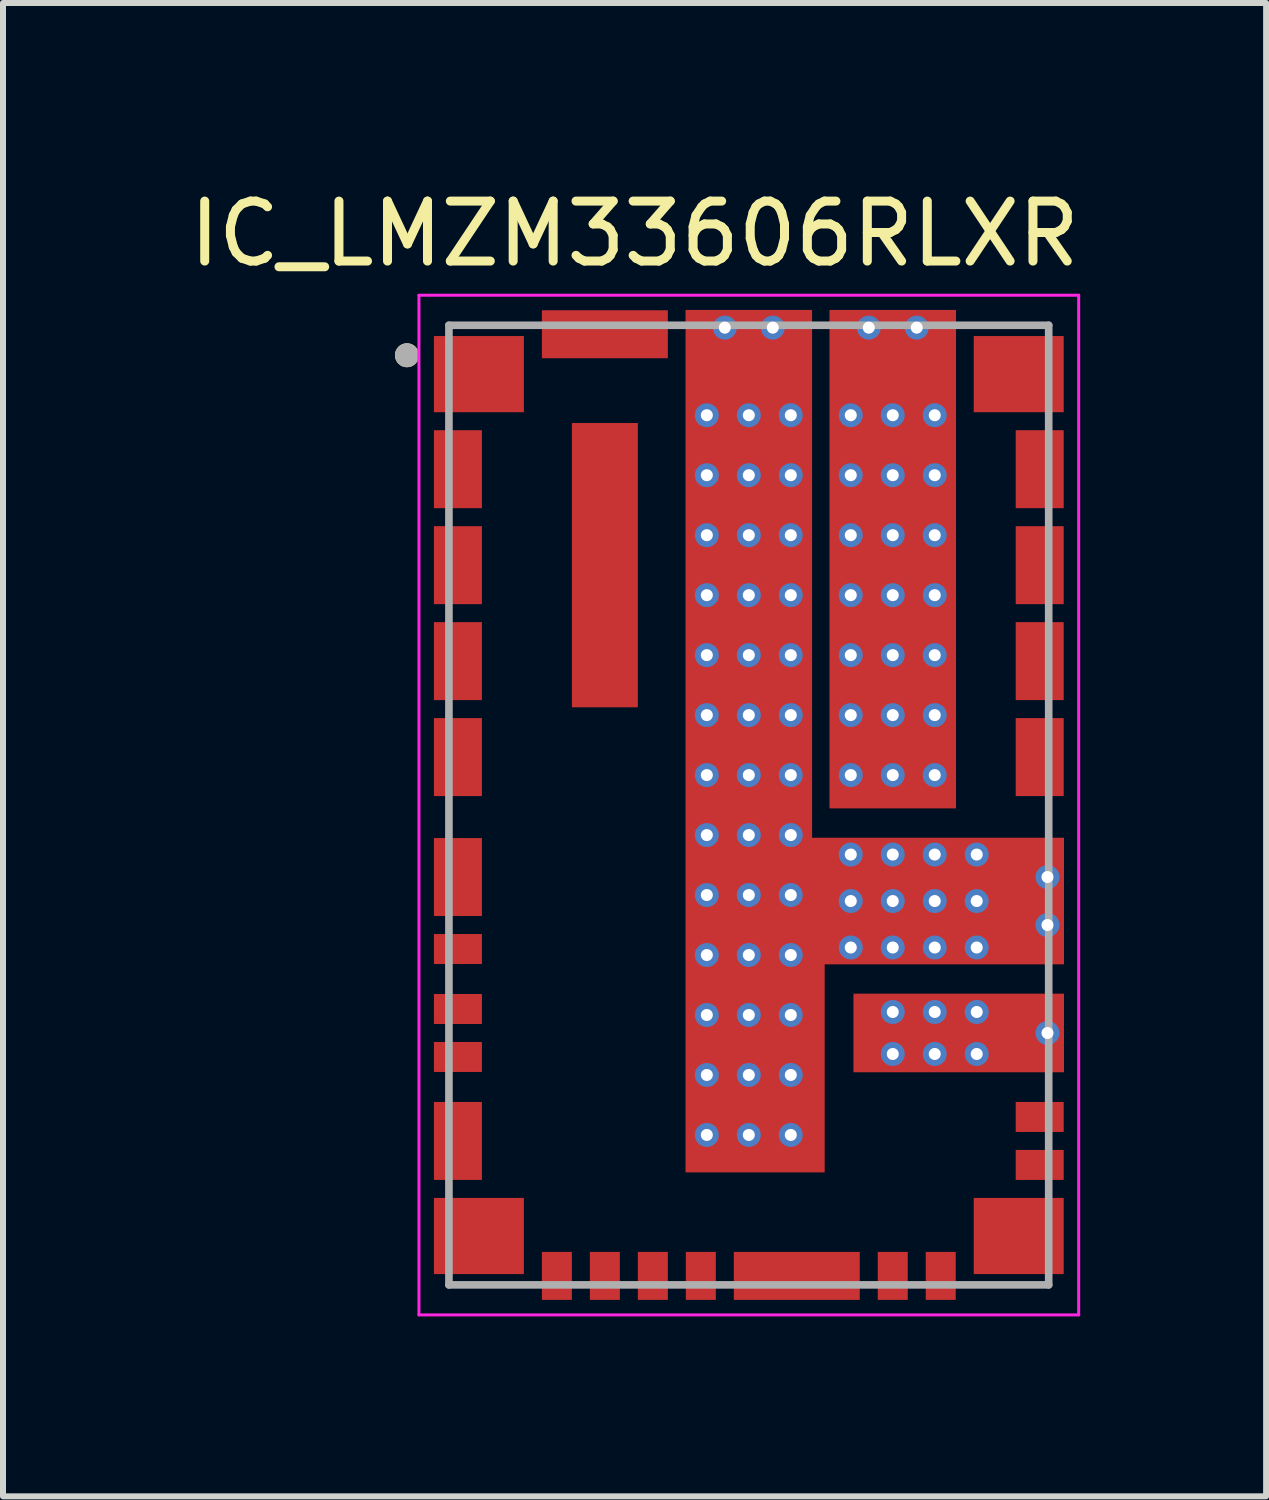
<source format=kicad_pcb>
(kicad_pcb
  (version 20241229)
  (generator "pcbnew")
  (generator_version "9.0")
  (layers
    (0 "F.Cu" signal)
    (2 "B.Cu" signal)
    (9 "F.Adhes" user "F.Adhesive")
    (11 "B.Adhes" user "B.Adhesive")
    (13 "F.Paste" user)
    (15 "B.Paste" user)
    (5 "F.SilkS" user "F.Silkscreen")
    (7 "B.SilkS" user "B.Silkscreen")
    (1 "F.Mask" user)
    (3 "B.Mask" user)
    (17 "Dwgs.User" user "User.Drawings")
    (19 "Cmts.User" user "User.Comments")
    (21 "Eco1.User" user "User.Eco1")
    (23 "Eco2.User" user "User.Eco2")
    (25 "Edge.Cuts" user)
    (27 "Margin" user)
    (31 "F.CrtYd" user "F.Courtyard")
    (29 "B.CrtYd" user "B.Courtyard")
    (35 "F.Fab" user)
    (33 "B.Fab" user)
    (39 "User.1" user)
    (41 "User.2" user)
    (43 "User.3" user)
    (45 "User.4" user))
  (footprint "IC_LMZM33606RLXR"
    (layer "F.Cu")
    (at 9.435 10.373)
    (property "Reference" "IC_LMZM33606RLXR" (at -1.905 -9.525 0) (layer "F.SilkS") (effects (font (size 1 1) (thickness 0.15))))
    (attr through_hole)
    (fp_poly (pts (xy -5.2 2.2) (xy -4.5 2.2) (xy -4.5 2.6) (xy -5.2 2.6)) (stroke (width 0.01) (type solid)) (fill yes) (layer "F.Mask"))
    (fp_poly (pts (xy -5.2 3.2) (xy -4.5 3.2) (xy -4.5 3.6) (xy -5.2 3.6)) (stroke (width 0.01) (type solid)) (fill yes) (layer "F.Mask"))
    (fp_poly (pts (xy -5.2 4) (xy -4.5 4) (xy -4.5 4.4) (xy -5.2 4.4)) (stroke (width 0.01) (type solid)) (fill yes) (layer "F.Mask"))
    (fp_poly (pts (xy -3.4 8.2) (xy -3.4 7.5) (xy -3 7.5) (xy -3 8.2)) (stroke (width 0.01) (type solid)) (fill yes) (layer "F.Mask"))
    (fp_poly (pts (xy -2.9 -6.32) (xy -1.9 -6.32) (xy -1.9 -4.88) (xy -2.9 -4.88)) (stroke (width 0.01) (type solid)) (fill yes) (layer "F.Mask"))
    (fp_poly (pts (xy -2.9 -3.12) (xy -1.9 -3.12) (xy -1.9 -1.68) (xy -2.9 -1.68)) (stroke (width 0.01) (type solid)) (fill yes) (layer "F.Mask"))
    (fp_poly (pts (xy -2.6 8.2) (xy -2.6 7.5) (xy -2.2 7.5) (xy -2.2 8.2)) (stroke (width 0.01) (type solid)) (fill yes) (layer "F.Mask"))
    (fp_poly (pts (xy -1.8 8.2) (xy -1.8 7.5) (xy -1.4 7.5) (xy -1.4 8.2)) (stroke (width 0.01) (type solid)) (fill yes) (layer "F.Mask"))
    (fp_poly (pts (xy -1 8.2) (xy -1 7.5) (xy -0.6 7.5) (xy -0.6 8.2)) (stroke (width 0.01) (type solid)) (fill yes) (layer "F.Mask"))
    (fp_poly (pts (xy -0.54 1.83) (xy 1.21 1.83) (xy 1.21 3.75) (xy -0.54 3.75)) (stroke (width 0.01) (type solid)) (fill yes) (layer "F.Mask"))
    (fp_poly (pts (xy -0.54 4.15) (xy 1.21 4.15) (xy 1.21 6.07) (xy -0.54 6.07)) (stroke (width 0.01) (type solid)) (fill yes) (layer "F.Mask"))
    (fp_poly (pts (xy -0.5 -6.32) (xy 0.5 -6.32) (xy 0.5 -4.88) (xy -0.5 -4.88)) (stroke (width 0.01) (type solid)) (fill yes) (layer "F.Mask"))
    (fp_poly (pts (xy -0.5 -3.12) (xy 0.5 -3.12) (xy 0.5 -1.68) (xy -0.5 -1.68)) (stroke (width 0.01) (type solid)) (fill yes) (layer "F.Mask"))
    (fp_poly (pts (xy 1.9 -6.32) (xy 2.9 -6.32) (xy 2.9 -4.88) (xy 1.9 -4.88)) (stroke (width 0.01) (type solid)) (fill yes) (layer "F.Mask"))
    (fp_poly (pts (xy 1.9 -3.12) (xy 2.9 -3.12) (xy 2.9 -1.68) (xy 1.9 -1.68)) (stroke (width 0.01) (type solid)) (fill yes) (layer "F.Mask"))
    (fp_poly (pts (xy 2.2 8.2) (xy 2.2 7.5) (xy 2.6 7.5) (xy 2.6 8.2)) (stroke (width 0.01) (type solid)) (fill yes) (layer "F.Mask"))
    (fp_poly (pts (xy 3 1.1) (xy 4.1 1.1) (xy 4.1 2.1) (xy 3 2.1)) (stroke (width 0.01) (type solid)) (fill yes) (layer "F.Mask"))
    (fp_poly (pts (xy 3 3.3) (xy 4.1 3.3) (xy 4.1 4.3) (xy 3 4.3)) (stroke (width 0.01) (type solid)) (fill yes) (layer "F.Mask"))
    (fp_poly (pts (xy 3 8.2) (xy 3 7.5) (xy 3.4 7.5) (xy 3.4 8.2)) (stroke (width 0.01) (type solid)) (fill yes) (layer "F.Mask"))
    (fp_poly (pts (xy 4.5 5) (xy 5.2 5) (xy 5.2 5.4) (xy 4.5 5.4)) (stroke (width 0.01) (type solid)) (fill yes) (layer "F.Mask"))
    (fp_poly (pts (xy 4.5 5.8) (xy 5.2 5.8) (xy 5.2 6.2) (xy 4.5 6.2)) (stroke (width 0.01) (type solid)) (fill yes) (layer "F.Mask"))
    (fp_poly (pts (xy -3.8 -7.77) (xy -3.8 -6.6) (xy -5.2 -6.6) (xy -5.2 -7) (xy -4.77 -7) (xy -4.77 -7.77)) (stroke (width 0.01) (type solid)) (fill yes) (layer "F.Mask"))
    (fp_poly (pts (xy -3.8 7.77) (xy -3.8 6.6) (xy -5.2 6.6) (xy -5.2 7) (xy -4.77 7) (xy -4.77 7.77)) (stroke (width 0.01) (type solid)) (fill yes) (layer "F.Mask"))
    (fp_poly (pts (xy 3.8 -7.77) (xy 3.8 -6.6) (xy 5.2 -6.6) (xy 5.2 -7) (xy 4.77 -7) (xy 4.77 -7.77)) (stroke (width 0.01) (type solid)) (fill yes) (layer "F.Mask"))
    (fp_poly (pts (xy 3.8 7.77) (xy 3.8 6.6) (xy 5.2 6.6) (xy 5.2 7) (xy 4.77 7) (xy 4.77 7.77)) (stroke (width 0.01) (type solid)) (fill yes) (layer "F.Mask"))
    (fp_poly (pts (xy -5.2 -6.2) (xy -4.5 -6.2) (xy -4.5 -5) (xy -5.2 -5) (xy -5.2 -5.4) (xy -4.77 -5.4) (xy -4.77 -5.8) (xy -5.2 -5.8)) (stroke (width 0.01) (type solid)) (fill yes) (layer "F.Mask"))
    (fp_poly (pts (xy -5.2 -4.6) (xy -4.5 -4.6) (xy -4.5 -3.4) (xy -5.2 -3.4) (xy -5.2 -3.8) (xy -4.77 -3.8) (xy -4.77 -4.2) (xy -5.2 -4.2)) (stroke (width 0.01) (type solid)) (fill yes) (layer "F.Mask"))
    (fp_poly (pts (xy -5.2 -3) (xy -4.5 -3) (xy -4.5 -1.8) (xy -5.2 -1.8) (xy -5.2 -2.2) (xy -4.77 -2.2) (xy -4.77 -2.6) (xy -5.2 -2.6)) (stroke (width 0.01) (type solid)) (fill yes) (layer "F.Mask"))
    (fp_poly (pts (xy -5.2 -1.4) (xy -4.5 -1.4) (xy -4.5 -0.2) (xy -5.2 -0.2) (xy -5.2 -0.6) (xy -4.77 -0.6) (xy -4.77 -1) (xy -5.2 -1)) (stroke (width 0.01) (type solid)) (fill yes) (layer "F.Mask"))
    (fp_poly (pts (xy -5.2 0.6) (xy -4.5 0.6) (xy -4.5 1.8) (xy -5.2 1.8) (xy -5.2 1.4) (xy -4.77 1.4) (xy -4.77 1) (xy -5.2 1)) (stroke (width 0.01) (type solid)) (fill yes) (layer "F.Mask"))
    (fp_poly (pts (xy -5.2 5) (xy -4.5 5) (xy -4.5 6.2) (xy -5.2 6.2) (xy -5.2 5.8) (xy -4.77 5.8) (xy -4.77 5.4) (xy -5.2 5.4)) (stroke (width 0.01) (type solid)) (fill yes) (layer "F.Mask"))
    (fp_poly (pts (xy 5.2 -6.2) (xy 4.5 -6.2) (xy 4.5 -5) (xy 5.2 -5) (xy 5.2 -5.4) (xy 4.77 -5.4) (xy 4.77 -5.8) (xy 5.2 -5.8)) (stroke (width 0.01) (type solid)) (fill yes) (layer "F.Mask"))
    (fp_poly (pts (xy 5.2 -4.6) (xy 4.5 -4.6) (xy 4.5 -3.4) (xy 5.2 -3.4) (xy 5.2 -3.8) (xy 4.77 -3.8) (xy 4.77 -4.2) (xy 5.2 -4.2)) (stroke (width 0.01) (type solid)) (fill yes) (layer "F.Mask"))
    (fp_poly (pts (xy 5.2 -3) (xy 4.5 -3) (xy 4.5 -1.8) (xy 5.2 -1.8) (xy 5.2 -2.2) (xy 4.77 -2.2) (xy 4.77 -2.6) (xy 5.2 -2.6)) (stroke (width 0.01) (type solid)) (fill yes) (layer "F.Mask"))
    (fp_poly (pts (xy 5.2 -1.4) (xy 4.5 -1.4) (xy 4.5 -0.2) (xy 5.2 -0.2) (xy 5.2 -0.6) (xy 4.77 -0.6) (xy 4.77 -1) (xy 5.2 -1)) (stroke (width 0.01) (type solid)) (fill yes) (layer "F.Mask"))
    (fp_poly (pts (xy 5.2 3.2) (xy 4.5 3.2) (xy 4.5 4.4) (xy 5.2 4.4) (xy 5.2 4) (xy 4.77 4) (xy 4.77 3.6) (xy 5.2 3.6)) (stroke (width 0.01) (type solid)) (fill yes) (layer "F.Mask"))
    (fp_poly (pts (xy -1.4 -8.2) (xy -1.4 -7.5) (xy -3.4 -7.5) (xy -3.4 -8.2) (xy -3 -8.2) (xy -3 -7.77) (xy -2.6 -7.77) (xy -2.6 -8.2) (xy -2.2 -8.2) (xy -2.2 -7.77) (xy -1.8 -7.77) (xy -1.8 -8.2)) (stroke (width 0.01) (type solid)) (fill yes) (layer "F.Mask"))
    (fp_poly (pts (xy -0.2 8.2) (xy -0.2 7.5) (xy 1.8 7.5) (xy 1.8 8.2) (xy 1.4 8.2) (xy 1.4 7.77) (xy 1 7.77) (xy 1 8.2) (xy 0.6 8.2) (xy 0.6 7.77) (xy 0.2 7.77) (xy 0.2 8.2)) (stroke (width 0.01) (type solid)) (fill yes) (layer "F.Mask"))
    (fp_poly (pts (xy 1 -8.2) (xy 1 -7.5) (xy -1 -7.5) (xy -1 -8.2) (xy -0.6 -8.2) (xy -0.6 -7.77) (xy -0.2 -7.77) (xy -0.2 -8.2) (xy 0.2 -8.2) (xy 0.2 -7.77) (xy 0.6 -7.77) (xy 0.6 -8.2)) (stroke (width 0.01) (type solid)) (fill yes) (layer "F.Mask"))
    (fp_poly (pts (xy 3.4 -8.2) (xy 3.4 -7.5) (xy 1.4 -7.5) (xy 1.4 -8.2) (xy 1.8 -8.2) (xy 1.8 -7.77) (xy 2.2 -7.77) (xy 2.2 -8.2) (xy 2.6 -8.2) (xy 2.6 -7.77) (xy 3 -7.77) (xy 3 -8.2)) (stroke (width 0.01) (type solid)) (fill yes) (layer "F.Mask"))
    (fp_poly (pts (xy 5.2 2.6) (xy 4.5 2.6) (xy 4.5 0.6) (xy 5.2 0.6) (xy 5.2 1) (xy 4.77 1) (xy 4.77 1.4) (xy 5.2 1.4) (xy 5.2 1.8) (xy 4.77 1.8) (xy 4.77 2.2) (xy 5.2 2.2)) (stroke (width 0.01) (type solid)) (fill yes) (layer "F.Mask"))
    (fp_circle (center -5.7 -7.5) (end -5.6 -7.5) (stroke (width 0.2) (type solid)) (fill no) (layer "F.SilkS"))
    (fp_poly (pts (xy -5.2 2.2) (xy -4.5 2.2) (xy -4.5 2.6) (xy -5.2 2.6)) (stroke (width 0.01) (type solid)) (fill yes) (layer "F.Paste"))
    (fp_poly (pts (xy -5.2 3.2) (xy -4.5 3.2) (xy -4.5 3.6) (xy -5.2 3.6)) (stroke (width 0.01) (type solid)) (fill yes) (layer "F.Paste"))
    (fp_poly (pts (xy -5.2 4) (xy -4.5 4) (xy -4.5 4.4) (xy -5.2 4.4)) (stroke (width 0.01) (type solid)) (fill yes) (layer "F.Paste"))
    (fp_poly (pts (xy -3.4 8.2) (xy -3.4 7.5) (xy -3 7.5) (xy -3 8.2)) (stroke (width 0.01) (type solid)) (fill yes) (layer "F.Paste"))
    (fp_poly (pts (xy -2.875 -6.25) (xy -1.925 -6.25) (xy -1.925 -4.95) (xy -2.875 -4.95)) (stroke (width 0.01) (type solid)) (fill yes) (layer "F.Paste"))
    (fp_poly (pts (xy -2.875 -3.05) (xy -1.925 -3.05) (xy -1.925 -1.75) (xy -2.875 -1.75)) (stroke (width 0.01) (type solid)) (fill yes) (layer "F.Paste"))
    (fp_poly (pts (xy -2.875 -3.05) (xy -1.925 -3.05) (xy -1.925 -1.75) (xy -2.875 -1.75)) (stroke (width 0.01) (type solid)) (fill yes) (layer "F.Paste"))
    (fp_poly (pts (xy -2.6 8.2) (xy -2.6 7.5) (xy -2.2 7.5) (xy -2.2 8.2)) (stroke (width 0.01) (type solid)) (fill yes) (layer "F.Paste"))
    (fp_poly (pts (xy -1.8 8.2) (xy -1.8 7.5) (xy -1.4 7.5) (xy -1.4 8.2)) (stroke (width 0.01) (type solid)) (fill yes) (layer "F.Paste"))
    (fp_poly (pts (xy -1 8.2) (xy -1 7.5) (xy -0.6 7.5) (xy -0.6 8.2)) (stroke (width 0.01) (type solid)) (fill yes) (layer "F.Paste"))
    (fp_poly (pts (xy -0.475 -6.25) (xy 0.475 -6.25) (xy 0.475 -4.95) (xy -0.475 -4.95)) (stroke (width 0.01) (type solid)) (fill yes) (layer "F.Paste"))
    (fp_poly (pts (xy -0.475 -3.05) (xy 0.475 -3.05) (xy 0.475 -1.75) (xy -0.475 -1.75)) (stroke (width 0.01) (type solid)) (fill yes) (layer "F.Paste"))
    (fp_poly (pts (xy -0.445 1.93) (xy 1.115 1.93) (xy 1.115 3.65) (xy -0.445 3.65)) (stroke (width 0.01) (type solid)) (fill yes) (layer "F.Paste"))
    (fp_poly (pts (xy -0.445 4.25) (xy 1.115 4.25) (xy 1.115 5.97) (xy -0.445 5.97)) (stroke (width 0.01) (type solid)) (fill yes) (layer "F.Paste"))
    (fp_poly (pts (xy 1.925 -6.25) (xy 2.875 -6.25) (xy 2.875 -4.95) (xy 1.925 -4.95)) (stroke (width 0.01) (type solid)) (fill yes) (layer "F.Paste"))
    (fp_poly (pts (xy 1.925 -3.05) (xy 2.875 -3.05) (xy 2.875 -1.75) (xy 1.925 -1.75)) (stroke (width 0.01) (type solid)) (fill yes) (layer "F.Paste"))
    (fp_poly (pts (xy 2.2 8.2) (xy 2.2 7.5) (xy 2.6 7.5) (xy 2.6 8.2)) (stroke (width 0.01) (type solid)) (fill yes) (layer "F.Paste"))
    (fp_poly (pts (xy 3 8.2) (xy 3 7.5) (xy 3.4 7.5) (xy 3.4 8.2)) (stroke (width 0.01) (type solid)) (fill yes) (layer "F.Paste"))
    (fp_poly (pts (xy 3.03 1.125) (xy 4.07 1.125) (xy 4.07 2.075) (xy 3.03 2.075)) (stroke (width 0.01) (type solid)) (fill yes) (layer "F.Paste"))
    (fp_poly (pts (xy 3.03 3.325) (xy 4.07 3.325) (xy 4.07 4.275) (xy 3.03 4.275)) (stroke (width 0.01) (type solid)) (fill yes) (layer "F.Paste"))
    (fp_poly (pts (xy 4.5 5) (xy 5.2 5) (xy 5.2 5.4) (xy 4.5 5.4)) (stroke (width 0.01) (type solid)) (fill yes) (layer "F.Paste"))
    (fp_poly (pts (xy 4.5 5.8) (xy 5.2 5.8) (xy 5.2 6.2) (xy 4.5 6.2)) (stroke (width 0.01) (type solid)) (fill yes) (layer "F.Paste"))
    (fp_poly (pts (xy -3.8 -7.66) (xy -3.8 -6.6) (xy -5.2 -6.6) (xy -5.2 -7) (xy -4.77 -7) (xy -4.77 -7.66)) (stroke (width 0.01) (type solid)) (fill yes) (layer "F.Paste"))
    (fp_poly (pts (xy -3.8 7.66) (xy -3.8 6.6) (xy -5.2 6.6) (xy -5.2 7) (xy -4.77 7) (xy -4.77 7.66)) (stroke (width 0.01) (type solid)) (fill yes) (layer "F.Paste"))
    (fp_poly (pts (xy 3.8 -7.66) (xy 3.8 -6.6) (xy 5.2 -6.6) (xy 5.2 -7) (xy 4.77 -7) (xy 4.77 -7.66)) (stroke (width 0.01) (type solid)) (fill yes) (layer "F.Paste"))
    (fp_poly (pts (xy 3.8 7.66) (xy 3.8 6.6) (xy 5.2 6.6) (xy 5.2 7) (xy 4.77 7) (xy 4.77 7.66)) (stroke (width 0.01) (type solid)) (fill yes) (layer "F.Paste"))
    (fp_poly (pts (xy -5.2 -6.2) (xy -4.5 -6.2) (xy -4.5 -5) (xy -5.2 -5) (xy -5.2 -5.4) (xy -4.77 -5.4) (xy -4.77 -5.8) (xy -5.2 -5.8)) (stroke (width 0.01) (type solid)) (fill yes) (layer "F.Paste"))
    (fp_poly (pts (xy -5.2 -4.6) (xy -4.5 -4.6) (xy -4.5 -3.4) (xy -5.2 -3.4) (xy -5.2 -3.8) (xy -4.77 -3.8) (xy -4.77 -4.2) (xy -5.2 -4.2)) (stroke (width 0.01) (type solid)) (fill yes) (layer "F.Paste"))
    (fp_poly (pts (xy -5.2 -3) (xy -4.5 -3) (xy -4.5 -1.8) (xy -5.2 -1.8) (xy -5.2 -2.2) (xy -4.77 -2.2) (xy -4.77 -2.6) (xy -5.2 -2.6)) (stroke (width 0.01) (type solid)) (fill yes) (layer "F.Paste"))
    (fp_poly (pts (xy -5.2 -1.4) (xy -4.5 -1.4) (xy -4.5 -0.2) (xy -5.2 -0.2) (xy -5.2 -0.6) (xy -4.77 -0.6) (xy -4.77 -1) (xy -5.2 -1)) (stroke (width 0.01) (type solid)) (fill yes) (layer "F.Paste"))
    (fp_poly (pts (xy -5.2 0.6) (xy -4.5 0.6) (xy -4.5 1.8) (xy -5.2 1.8) (xy -5.2 1.4) (xy -4.77 1.4) (xy -4.77 1) (xy -5.2 1)) (stroke (width 0.01) (type solid)) (fill yes) (layer "F.Paste"))
    (fp_poly (pts (xy -5.2 5) (xy -4.5 5) (xy -4.5 6.2) (xy -5.2 6.2) (xy -5.2 5.8) (xy -4.77 5.8) (xy -4.77 5.4) (xy -5.2 5.4)) (stroke (width 0.01) (type solid)) (fill yes) (layer "F.Paste"))
    (fp_poly (pts (xy 5.2 -6.2) (xy 4.5 -6.2) (xy 4.5 -5) (xy 5.2 -5) (xy 5.2 -5.4) (xy 4.77 -5.4) (xy 4.77 -5.8) (xy 5.2 -5.8)) (stroke (width 0.01) (type solid)) (fill yes) (layer "F.Paste"))
    (fp_poly (pts (xy 5.2 -4.6) (xy 4.5 -4.6) (xy 4.5 -3.4) (xy 5.2 -3.4) (xy 5.2 -3.8) (xy 4.77 -3.8) (xy 4.77 -4.2) (xy 5.2 -4.2)) (stroke (width 0.01) (type solid)) (fill yes) (layer "F.Paste"))
    (fp_poly (pts (xy 5.2 -3) (xy 4.5 -3) (xy 4.5 -1.8) (xy 5.2 -1.8) (xy 5.2 -2.2) (xy 4.77 -2.2) (xy 4.77 -2.6) (xy 5.2 -2.6)) (stroke (width 0.01) (type solid)) (fill yes) (layer "F.Paste"))
    (fp_poly (pts (xy 5.2 -1.4) (xy 4.5 -1.4) (xy 4.5 -0.2) (xy 5.2 -0.2) (xy 5.2 -0.6) (xy 4.77 -0.6) (xy 4.77 -1) (xy 5.2 -1)) (stroke (width 0.01) (type solid)) (fill yes) (layer "F.Paste"))
    (fp_poly (pts (xy 5.2 3.2) (xy 4.5 3.2) (xy 4.5 4.4) (xy 5.2 4.4) (xy 5.2 4) (xy 4.77 4) (xy 4.77 3.6) (xy 5.2 3.6)) (stroke (width 0.01) (type solid)) (fill yes) (layer "F.Paste"))
    (fp_poly (pts (xy -1.4 -8.2) (xy -1.4 -7.5) (xy -3.4 -7.5) (xy -3.4 -8.2) (xy -3 -8.2) (xy -3 -7.77) (xy -2.6 -7.77) (xy -2.6 -8.2) (xy -2.2 -8.2) (xy -2.2 -7.77) (xy -1.8 -7.77) (xy -1.8 -8.2)) (stroke (width 0.01) (type solid)) (fill yes) (layer "F.Paste"))
    (fp_poly (pts (xy -0.2 8.2) (xy -0.2 7.5) (xy 1.8 7.5) (xy 1.8 8.2) (xy 1.4 8.2) (xy 1.4 7.77) (xy 1 7.77) (xy 1 8.2) (xy 0.6 8.2) (xy 0.6 7.77) (xy 0.2 7.77) (xy 0.2 8.2)) (stroke (width 0.01) (type solid)) (fill yes) (layer "F.Paste"))
    (fp_poly (pts (xy 1 -8.2) (xy 1 -7.5) (xy -1 -7.5) (xy -1 -8.2) (xy -0.6 -8.2) (xy -0.6 -7.77) (xy -0.2 -7.77) (xy -0.2 -8.2) (xy 0.2 -8.2) (xy 0.2 -7.77) (xy 0.6 -7.77) (xy 0.6 -8.2)) (stroke (width 0.01) (type solid)) (fill yes) (layer "F.Paste"))
    (fp_poly (pts (xy 3.4 -8.2) (xy 3.4 -7.5) (xy 1.4 -7.5) (xy 1.4 -8.2) (xy 1.8 -8.2) (xy 1.8 -7.77) (xy 2.2 -7.77) (xy 2.2 -8.2) (xy 2.6 -8.2) (xy 2.6 -7.77) (xy 3 -7.77) (xy 3 -8.2)) (stroke (width 0.01) (type solid)) (fill yes) (layer "F.Paste"))
    (fp_poly (pts (xy 5.2 2.6) (xy 4.5 2.6) (xy 4.5 0.6) (xy 5.2 0.6) (xy 5.2 1) (xy 4.77 1) (xy 4.77 1.4) (xy 5.2 1.4) (xy 5.2 1.8) (xy 4.77 1.8) (xy 4.77 2.2) (xy 5.2 2.2)) (stroke (width 0.01) (type solid)) (fill yes) (layer "F.Paste"))
    (fp_line (start -5.5 -8.5) (end 5.5 -8.5) (stroke (width 0.05) (type solid)) (layer "F.CrtYd"))
    (fp_line (start -5.5 8.5) (end -5.5 -8.5) (stroke (width 0.05) (type solid)) (layer "F.CrtYd"))
    (fp_line (start 5.5 -8.5) (end 5.5 8.5) (stroke (width 0.05) (type solid)) (layer "F.CrtYd"))
    (fp_line (start 5.5 8.5) (end -5.5 8.5) (stroke (width 0.05) (type solid)) (layer "F.CrtYd"))
    (fp_line (start -5 -8) (end 5 -8) (stroke (width 0.127) (type solid)) (layer "F.Fab"))
    (fp_line (start -5 8) (end -5 -8) (stroke (width 0.127) (type solid)) (layer "F.Fab"))
    (fp_line (start 5 -8) (end 5 8) (stroke (width 0.127) (type solid)) (layer "F.Fab"))
    (fp_line (start 5 8) (end -5 8) (stroke (width 0.127) (type solid)) (layer "F.Fab"))
    (fp_circle (center -5.7 -7.5) (end -5.6 -7.5) (stroke (width 0.2) (type solid)) (fill no) (layer "F.Fab"))
    (pad "1" smd rect (at -4.5 -7.185) (size 1.5 1.27) (layers "F.Cu"))
    (pad "2" smd rect (at -4.85 -5.6) (size 0.8 1.3) (layers "F.Cu"))
    (pad "3" smd rect (at -4.85 -4) (size 0.8 1.3) (layers "F.Cu"))
    (pad "4" smd rect (at -4.85 -2.4) (size 0.8 1.3) (layers "F.Cu"))
    (pad "5" smd rect (at -4.85 -0.8) (size 0.8 1.3) (layers "F.Cu"))
    (pad "6" smd rect (at -4.85 1.2) (size 0.8 1.3) (layers "F.Cu"))
    (pad "7" smd rect (at -4.85 2.4) (size 0.8 0.5) (layers "F.Cu"))
    (pad "8" smd rect (at -4.85 3.4) (size 0.8 0.5) (layers "F.Cu"))
    (pad "9" smd rect (at -4.85 4.2) (size 0.8 0.5) (layers "F.Cu"))
    (pad "10" smd rect (at -4.85 5.6) (size 0.8 1.3) (layers "F.Cu"))
    (pad "11" smd rect (at -4.5 7.185) (size 1.5 1.27) (layers "F.Cu"))
    (pad "12" smd rect (at -3.2 7.85) (size 0.5 0.8) (layers "F.Cu"))
    (pad "13" smd rect (at -2.4 7.85) (size 0.5 0.8) (layers "F.Cu"))
    (pad "14" smd rect (at -1.6 7.85) (size 0.5 0.8) (layers "F.Cu"))
    (pad "15" smd rect (at -0.8 7.85) (size 0.5 0.8) (layers "F.Cu"))
    (pad "16" smd rect (at 0.8 7.85) (size 2.1 0.8) (layers "F.Cu"))
    (pad "17" smd rect (at 2.4 7.85) (size 0.5 0.8) (layers "F.Cu"))
    (pad "18" smd rect (at 3.2 7.85) (size 0.5 0.8) (layers "F.Cu"))
    (pad "19" smd rect (at 4.5 7.185) (size 1.5 1.27) (layers "F.Cu"))
    (pad "20" smd rect (at 4.85 6) (size 0.8 0.5) (layers "F.Cu"))
    (pad "21" smd rect (at 4.85 5.2) (size 0.8 0.5) (layers "F.Cu"))
    (pad "22_39" smd custom (at 4.85 3.8) (size 0.8 1.3) (layers "F.Cu") (options (anchor rect)) (primitives (gr_poly (pts (xy -3.1 -0.65) (xy 0.4 -0.65) (xy 0.4 0.65) (xy -3.1 0.65)) (width 0.01) (fill yes))))
    (pad "23_38_40_41" smd rect (at 4.85 1.6) (size 0.8 2.1) (layers "F.Cu"))
    (pad "24" smd rect (at 4.85 -0.8) (size 0.8 1.3) (layers "F.Cu"))
    (pad "25" smd rect (at 4.85 -2.4) (size 0.8 1.3) (layers "F.Cu"))
    (pad "26" smd rect (at 4.85 -4) (size 0.8 1.3) (layers "F.Cu"))
    (pad "27" smd rect (at 4.85 -5.6) (size 0.8 1.3) (layers "F.Cu"))
    (pad "28" smd rect (at 4.5 -7.185) (size 1.5 1.27) (layers "F.Cu"))
    (pad "29_36_37" smd custom (at 2.4 -7.85) (size 2.1 0.8) (layers "F.Cu") (options (anchor rect)) (primitives (gr_poly (pts (xy -1.05 -0.4) (xy 1.05 -0.4) (xy 1.05 7.9) (xy -1.05 7.9)) (width 0.01) (fill yes))))
    (pad "30_34_35" smd custom (at 0 -7.85) (size 2.1 0.8) (layers "F.Cu") (options (anchor rect)) (primitives (gr_poly (pts (xy -1.05 -0.4) (xy 1.05 -0.4) (xy 1.05 8.4) (xy 5.25 8.4) (xy 5.25 10.5) (xy 1.26 10.5) (xy 1.26 13.97) (xy -1.05 13.97)) (width 0.01) (fill yes))))
    (pad "31" smd rect (at -2.4 -7.85) (size 2.1 0.8) (layers "F.Cu"))
    (pad "32_33" smd rect (at -2.4 -4) (size 1.1 4.74) (layers "F.Cu"))
    (pad "37_1" thru_hole circle (at 1.7 -0.5) (size 0.4 0.4) (drill 0.2) (layers "*.Cu"))
    (pad "37_2" thru_hole circle (at 2.4 -0.5) (size 0.4 0.4) (drill 0.2) (layers "*.Cu"))
    (pad "37_3" thru_hole circle (at 3.1 -0.5) (size 0.4 0.4) (drill 0.2) (layers "*.Cu"))
    (pad "37_4" thru_hole circle (at 1.7 -1.5) (size 0.4 0.4) (drill 0.2) (layers "*.Cu"))
    (pad "37_5" thru_hole circle (at 2.4 -1.5) (size 0.4 0.4) (drill 0.2) (layers "*.Cu"))
    (pad "37_6" thru_hole circle (at 3.1 -1.5) (size 0.4 0.4) (drill 0.2) (layers "*.Cu"))
    (pad "37_7" thru_hole circle (at 1.7 -2.5) (size 0.4 0.4) (drill 0.2) (layers "*.Cu"))
    (pad "37_8" thru_hole circle (at 2.4 -2.5) (size 0.4 0.4) (drill 0.2) (layers "*.Cu"))
    (pad "37_9" thru_hole circle (at 3.1 -2.5) (size 0.4 0.4) (drill 0.2) (layers "*.Cu"))
    (pad "37_10" thru_hole circle (at 1.7 -3.5) (size 0.4 0.4) (drill 0.2) (layers "*.Cu"))
    (pad "37_11" thru_hole circle (at 2.4 -3.5) (size 0.4 0.4) (drill 0.2) (layers "*.Cu"))
    (pad "37_12" thru_hole circle (at 3.1 -3.5) (size 0.4 0.4) (drill 0.2) (layers "*.Cu"))
    (pad "37_13" thru_hole circle (at 1.7 -4.5) (size 0.4 0.4) (drill 0.2) (layers "*.Cu"))
    (pad "37_14" thru_hole circle (at 2.4 -4.5) (size 0.4 0.4) (drill 0.2) (layers "*.Cu"))
    (pad "37_15" thru_hole circle (at 3.1 -4.5) (size 0.4 0.4) (drill 0.2) (layers "*.Cu"))
    (pad "37_16" thru_hole circle (at 1.7 -5.5) (size 0.4 0.4) (drill 0.2) (layers "*.Cu"))
    (pad "37_17" thru_hole circle (at 2.4 -5.5) (size 0.4 0.4) (drill 0.2) (layers "*.Cu"))
    (pad "37_18" thru_hole circle (at 3.1 -5.5) (size 0.4 0.4) (drill 0.2) (layers "*.Cu"))
    (pad "37_19" thru_hole circle (at 1.7 -6.5) (size 0.4 0.4) (drill 0.2) (layers "*.Cu"))
    (pad "37_20" thru_hole circle (at 2.4 -6.5) (size 0.4 0.4) (drill 0.2) (layers "*.Cu"))
    (pad "37_21" thru_hole circle (at 3.1 -6.5) (size 0.4 0.4) (drill 0.2) (layers "*.Cu"))
    (pad "37_22" thru_hole circle (at 2.8 -7.96) (size 0.4 0.4) (drill 0.2) (layers "*.Cu"))
    (pad "37_23" thru_hole circle (at 2 -7.96) (size 0.4 0.4) (drill 0.2) (layers "*.Cu"))
    (pad "39_1" thru_hole circle (at 3.8 3.45) (size 0.4 0.4) (drill 0.2) (layers "*.Cu"))
    (pad "39_2" thru_hole circle (at 3.8 4.15) (size 0.4 0.4) (drill 0.2) (layers "*.Cu"))
    (pad "39_3" thru_hole circle (at 3.1 3.45) (size 0.4 0.4) (drill 0.2) (layers "*.Cu"))
    (pad "39_4" thru_hole circle (at 3.1 4.15) (size 0.4 0.4) (drill 0.2) (layers "*.Cu"))
    (pad "39_5" thru_hole circle (at 2.4 3.45) (size 0.4 0.4) (drill 0.2) (layers "*.Cu"))
    (pad "39_6" thru_hole circle (at 2.4 4.15) (size 0.4 0.4) (drill 0.2) (layers "*.Cu"))
    (pad "39_7" thru_hole circle (at 4.98 3.8) (size 0.4 0.4) (drill 0.2) (layers "*.Cu"))
    (pad "41_1" thru_hole circle (at -0.7 0.5) (size 0.4 0.4) (drill 0.2) (layers "*.Cu"))
    (pad "41_2" thru_hole circle (at 0 0.5) (size 0.4 0.4) (drill 0.2) (layers "*.Cu"))
    (pad "41_3" thru_hole circle (at 0.7 0.5) (size 0.4 0.4) (drill 0.2) (layers "*.Cu"))
    (pad "41_4" thru_hole circle (at -0.7 1.5) (size 0.4 0.4) (drill 0.2) (layers "*.Cu"))
    (pad "41_5" thru_hole circle (at 0 1.5) (size 0.4 0.4) (drill 0.2) (layers "*.Cu"))
    (pad "41_6" thru_hole circle (at 0.7 1.5) (size 0.4 0.4) (drill 0.2) (layers "*.Cu"))
    (pad "41_7" thru_hole circle (at -0.7 2.5) (size 0.4 0.4) (drill 0.2) (layers "*.Cu"))
    (pad "41_8" thru_hole circle (at 0 2.5) (size 0.4 0.4) (drill 0.2) (layers "*.Cu"))
    (pad "41_9" thru_hole circle (at 0.7 2.5) (size 0.4 0.4) (drill 0.2) (layers "*.Cu"))
    (pad "41_10" thru_hole circle (at -0.7 3.5) (size 0.4 0.4) (drill 0.2) (layers "*.Cu"))
    (pad "41_11" thru_hole circle (at 0 3.5) (size 0.4 0.4) (drill 0.2) (layers "*.Cu"))
    (pad "41_12" thru_hole circle (at 0.7 3.5) (size 0.4 0.4) (drill 0.2) (layers "*.Cu"))
    (pad "41_13" thru_hole circle (at -0.7 4.5) (size 0.4 0.4) (drill 0.2) (layers "*.Cu"))
    (pad "41_14" thru_hole circle (at 0 4.5) (size 0.4 0.4) (drill 0.2) (layers "*.Cu"))
    (pad "41_15" thru_hole circle (at 0.7 4.5) (size 0.4 0.4) (drill 0.2) (layers "*.Cu"))
    (pad "41_16" thru_hole circle (at -0.7 5.5) (size 0.4 0.4) (drill 0.2) (layers "*.Cu"))
    (pad "41_17" thru_hole circle (at 0 5.5) (size 0.4 0.4) (drill 0.2) (layers "*.Cu"))
    (pad "41_18" thru_hole circle (at 0.7 5.5) (size 0.4 0.4) (drill 0.2) (layers "*.Cu"))
    (pad "41_19" thru_hole circle (at -0.7 -5.5) (size 0.4 0.4) (drill 0.2) (layers "*.Cu"))
    (pad "41_20" thru_hole circle (at 0 -5.5) (size 0.4 0.4) (drill 0.2) (layers "*.Cu"))
    (pad "41_21" thru_hole circle (at 0.7 -5.5) (size 0.4 0.4) (drill 0.2) (layers "*.Cu"))
    (pad "41_22" thru_hole circle (at -0.7 -4.5) (size 0.4 0.4) (drill 0.2) (layers "*.Cu"))
    (pad "41_23" thru_hole circle (at 0 -4.5) (size 0.4 0.4) (drill 0.2) (layers "*.Cu"))
    (pad "41_24" thru_hole circle (at 0.7 -4.5) (size 0.4 0.4) (drill 0.2) (layers "*.Cu"))
    (pad "41_25" thru_hole circle (at -0.7 -3.5) (size 0.4 0.4) (drill 0.2) (layers "*.Cu"))
    (pad "41_26" thru_hole circle (at 0 -3.5) (size 0.4 0.4) (drill 0.2) (layers "*.Cu"))
    (pad "41_27" thru_hole circle (at 0.7 -3.5) (size 0.4 0.4) (drill 0.2) (layers "*.Cu"))
    (pad "41_28" thru_hole circle (at -0.7 -2.5) (size 0.4 0.4) (drill 0.2) (layers "*.Cu"))
    (pad "41_29" thru_hole circle (at 0 -2.5) (size 0.4 0.4) (drill 0.2) (layers "*.Cu"))
    (pad "41_30" thru_hole circle (at 0.7 -2.5) (size 0.4 0.4) (drill 0.2) (layers "*.Cu"))
    (pad "41_31" thru_hole circle (at -0.7 -1.5) (size 0.4 0.4) (drill 0.2) (layers "*.Cu"))
    (pad "41_32" thru_hole circle (at 0 -1.5) (size 0.4 0.4) (drill 0.2) (layers "*.Cu"))
    (pad "41_33" thru_hole circle (at 0.7 -1.5) (size 0.4 0.4) (drill 0.2) (layers "*.Cu"))
    (pad "41_34" thru_hole circle (at -0.7 -0.5) (size 0.4 0.4) (drill 0.2) (layers "*.Cu"))
    (pad "41_35" thru_hole circle (at 0 -0.5) (size 0.4 0.4) (drill 0.2) (layers "*.Cu"))
    (pad "41_36" thru_hole circle (at 0.7 -0.5) (size 0.4 0.4) (drill 0.2) (layers "*.Cu"))
    (pad "41_37" thru_hole circle (at -0.7 -6.5) (size 0.4 0.4) (drill 0.2) (layers "*.Cu"))
    (pad "41_38" thru_hole circle (at 0 -6.5) (size 0.4 0.4) (drill 0.2) (layers "*.Cu"))
    (pad "41_39" thru_hole circle (at 0.7 -6.5) (size 0.4 0.4) (drill 0.2) (layers "*.Cu"))
    (pad "41_40" thru_hole circle (at 0.4 -7.96) (size 0.4 0.4) (drill 0.2) (layers "*.Cu"))
    (pad "41_41" thru_hole circle (at -0.4 -7.96) (size 0.4 0.4) (drill 0.2) (layers "*.Cu"))
    (pad "41_42" thru_hole circle (at 1.7 1.6) (size 0.4 0.4) (drill 0.2) (layers "*.Cu"))
    (pad "41_43" thru_hole circle (at 1.7 2.375) (size 0.4 0.4) (drill 0.2) (layers "*.Cu"))
    (pad "41_44" thru_hole circle (at 1.7 0.825) (size 0.4 0.4) (drill 0.2) (layers "*.Cu"))
    (pad "41_45" thru_hole circle (at 2.4 0.825) (size 0.4 0.4) (drill 0.2) (layers "*.Cu"))
    (pad "41_46" thru_hole circle (at 2.4 1.6) (size 0.4 0.4) (drill 0.2) (layers "*.Cu"))
    (pad "41_47" thru_hole circle (at 2.4 2.375) (size 0.4 0.4) (drill 0.2) (layers "*.Cu"))
    (pad "41_48" thru_hole circle (at 3.1 0.825) (size 0.4 0.4) (drill 0.2) (layers "*.Cu"))
    (pad "41_49" thru_hole circle (at 3.1 1.6) (size 0.4 0.4) (drill 0.2) (layers "*.Cu"))
    (pad "41_50" thru_hole circle (at 3.1 2.375) (size 0.4 0.4) (drill 0.2) (layers "*.Cu"))
    (pad "41_51" thru_hole circle (at 3.8 2.375) (size 0.4 0.4) (drill 0.2) (layers "*.Cu"))
    (pad "41_52" thru_hole circle (at 3.8 1.6) (size 0.4 0.4) (drill 0.2) (layers "*.Cu"))
    (pad "41_53" thru_hole circle (at 3.8 0.825) (size 0.4 0.4) (drill 0.2) (layers "*.Cu"))
    (pad "41_54" thru_hole circle (at 4.98 1.2) (size 0.4 0.4) (drill 0.2) (layers "*.Cu"))
    (pad "41_55" thru_hole circle (at 4.98 2) (size 0.4 0.4) (drill 0.2) (layers "*.Cu")))
  (gr_rect
    (start -3 -3)
    (end 18.06 21.898)
    (stroke (width 0.1) (type default))
    (fill no)
    (layer "Edge.Cuts")))
</source>
